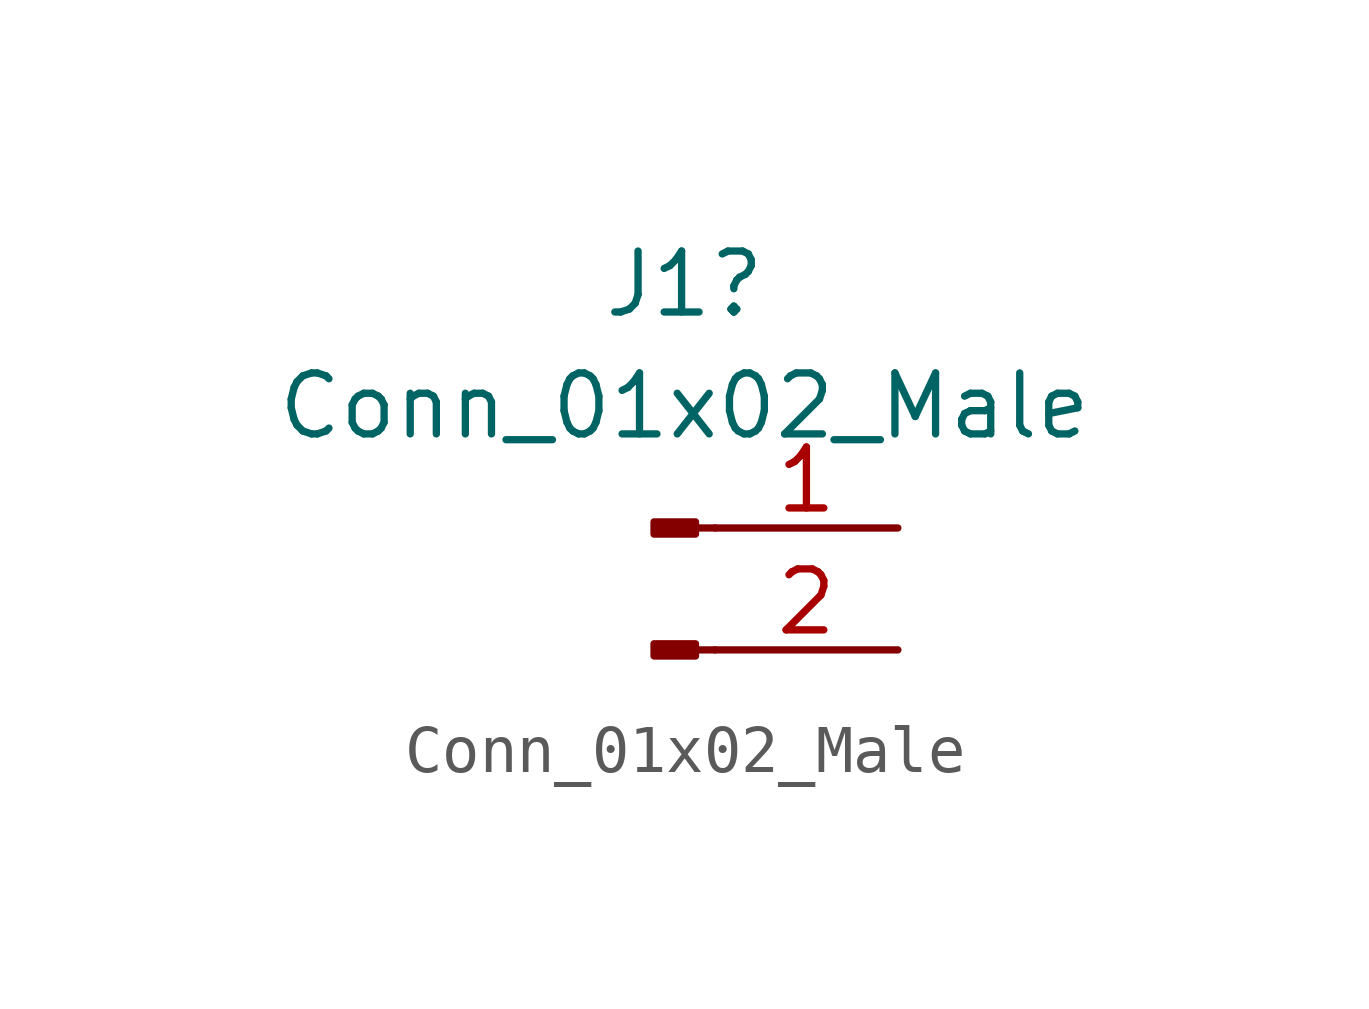
<source format=kicad_sym>
(kicad_symbol_lib
  (version 20211014)
  (generator kicad_symbol_editor)
  (symbol "Conn_01x02_Male"
    (pin_names
      (offset 1.016) hide)
    (property "Reference" "J1"
      (at 0.635 5.08 0)
      (effects (font (size 1.27 1.27))))
    (property "Value" "Conn_01x02_Male"
      (at 0.635 2.54 0)
      (effects (font (size 1.27 1.27))))
    (symbol "Conn_01x02_Male_1_1"
      (polyline (pts (xy 1.27 -2.54) (xy 0.864 -2.54)) (stroke (width 0.152) (type default) (color 0 0 0 0)) (fill (type none)))
      (polyline (pts (xy 1.27 0) (xy 0.864 0)) (stroke (width 0.152) (type default) (color 0 0 0 0)) (fill (type none)))
      (rectangle (start 0.864 -2.413) (end 0 -2.667) (stroke (width 0.152) (type default) (color 0 0 0 0)) (fill (type outline)))
      (rectangle (start 0.864 0.127) (end 0 -0.127) (stroke (width 0.152) (type default) (color 0 0 0 0)) (fill (type outline)))
      (pin power_in line (at 5.08 0 180) (length 3.81) (name "Pin_1" (effects (font (size 1.27 1.27)))) (number "1" (effects (font (size 1.27 1.27)))))
      (pin power_in line (at 5.08 -2.54 180) (length 3.81) (name "Pin_2" (effects (font (size 1.27 1.27)))) (number "2" (effects (font (size 1.27 1.27))))))))
</source>
